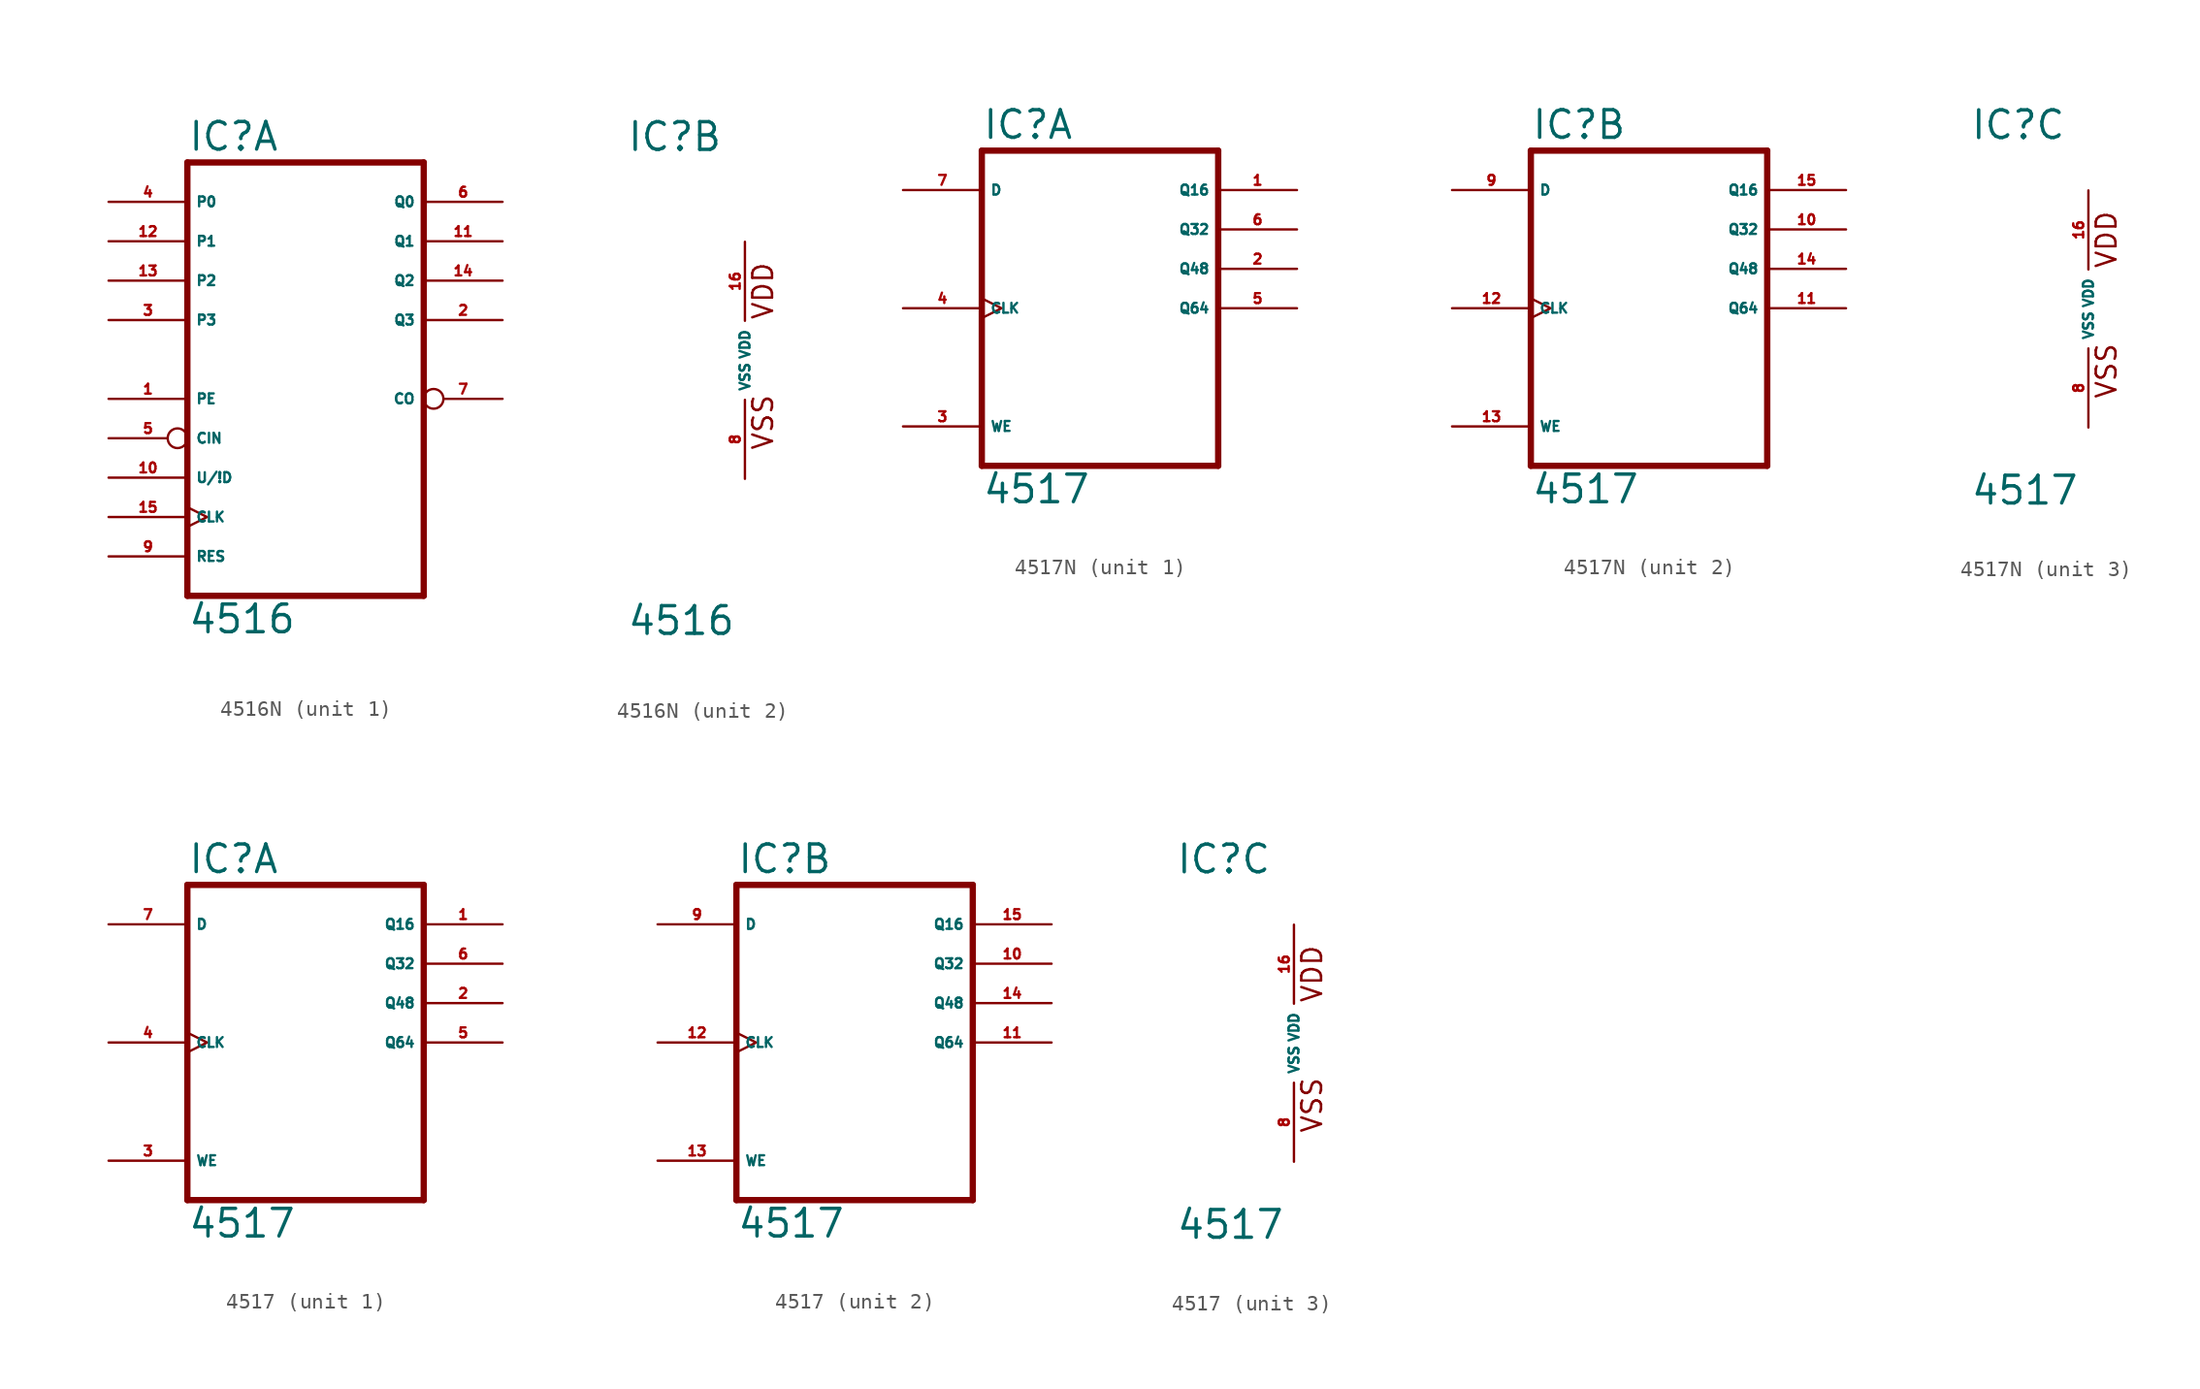
<source format=kicad_sym>
(kicad_symbol_lib
  (version 20220914)
  (generator Eagle2Kicad)
  (symbol "4516N"
    (property "Reference" "IC"
      (at -7.62 13.335 0)
      (effects (font (size 1.778 1.778) (thickness 0.22)) (justify left bottom)))
    (property "Value" "4516"
      (at -7.62 -17.78 0)
      (effects (font (size 1.778 1.778) (thickness 0.22)) (justify left bottom)))
    (symbol "4516N_1_0"
      (polyline (pts (xy -7.62 -15.24) (xy 7.62 -15.24)) (stroke (width 0.406) (type default)) (fill (type none)))
      (polyline (pts (xy 7.62 -15.24) (xy 7.62 12.7)) (stroke (width 0.406) (type default)) (fill (type none)))
      (polyline (pts (xy 7.62 12.7) (xy -7.62 12.7)) (stroke (width 0.406) (type default)) (fill (type none)))
      (polyline (pts (xy -7.62 12.7) (xy -7.62 -15.24)) (stroke (width 0.406) (type default)) (fill (type none)))
      (pin input line (at -12.7 -2.54 0) (length 5.08) (name "PE" (effects (font (size 0.635 0.635) (thickness 0.08)) (justify left bottom))) (number "1" (effects (font (size 0.635 0.635) (thickness 0.08)) (justify left bottom))))
      (pin output line (at 12.7 2.54 180) (length 5.08) (name "Q3" (effects (font (size 0.635 0.635) (thickness 0.08)) (justify left bottom))) (number "2" (effects (font (size 0.635 0.635) (thickness 0.08)) (justify left bottom))))
      (pin input line (at -12.7 2.54 0) (length 5.08) (name "P3" (effects (font (size 0.635 0.635) (thickness 0.08)) (justify left bottom))) (number "3" (effects (font (size 0.635 0.635) (thickness 0.08)) (justify left bottom))))
      (pin input line (at -12.7 10.16 0) (length 5.08) (name "P0" (effects (font (size 0.635 0.635) (thickness 0.08)) (justify left bottom))) (number "4" (effects (font (size 0.635 0.635) (thickness 0.08)) (justify left bottom))))
      (pin input inverted (at -12.7 -5.08 0) (length 5.08) (name "CIN" (effects (font (size 0.635 0.635) (thickness 0.08)) (justify left bottom))) (number "5" (effects (font (size 0.635 0.635) (thickness 0.08)) (justify left bottom))))
      (pin output line (at 12.7 10.16 180) (length 5.08) (name "Q0" (effects (font (size 0.635 0.635) (thickness 0.08)) (justify left bottom))) (number "6" (effects (font (size 0.635 0.635) (thickness 0.08)) (justify left bottom))))
      (pin output inverted (at 12.7 -2.54 180) (length 5.08) (name "CO" (effects (font (size 0.635 0.635) (thickness 0.08)) (justify left bottom))) (number "7" (effects (font (size 0.635 0.635) (thickness 0.08)) (justify left bottom))))
      (pin input line (at -12.7 -12.7 0) (length 5.08) (name "RES" (effects (font (size 0.635 0.635) (thickness 0.08)) (justify left bottom))) (number "9" (effects (font (size 0.635 0.635) (thickness 0.08)) (justify left bottom))))
      (pin input line (at -12.7 -7.62 0) (length 5.08) (name "U/!D" (effects (font (size 0.635 0.635) (thickness 0.08)) (justify left bottom))) (number "10" (effects (font (size 0.635 0.635) (thickness 0.08)) (justify left bottom))))
      (pin output line (at 12.7 7.62 180) (length 5.08) (name "Q1" (effects (font (size 0.635 0.635) (thickness 0.08)) (justify left bottom))) (number "11" (effects (font (size 0.635 0.635) (thickness 0.08)) (justify left bottom))))
      (pin input line (at -12.7 7.62 0) (length 5.08) (name "P1" (effects (font (size 0.635 0.635) (thickness 0.08)) (justify left bottom))) (number "12" (effects (font (size 0.635 0.635) (thickness 0.08)) (justify left bottom))))
      (pin input line (at -12.7 5.08 0) (length 5.08) (name "P2" (effects (font (size 0.635 0.635) (thickness 0.08)) (justify left bottom))) (number "13" (effects (font (size 0.635 0.635) (thickness 0.08)) (justify left bottom))))
      (pin output line (at 12.7 5.08 180) (length 5.08) (name "Q2" (effects (font (size 0.635 0.635) (thickness 0.08)) (justify left bottom))) (number "14" (effects (font (size 0.635 0.635) (thickness 0.08)) (justify left bottom))))
      (pin input clock (at -12.7 -10.16 0) (length 5.08) (name "CLK" (effects (font (size 0.635 0.635) (thickness 0.08)) (justify left bottom))) (number "15" (effects (font (size 0.635 0.635) (thickness 0.08)) (justify left bottom)))))
    (symbol "4516N_2_0"
      (text "VDD" (at 1.905 2.54 900) (effects (font (size 1.27 1.27) (thickness 0.16)) (justify left bottom)))
      (text "VSS" (at 1.905 -5.842 900) (effects (font (size 1.27 1.27) (thickness 0.16)) (justify left bottom)))
      (pin unspecified line (at 0 -7.62 90) (length 5.08) (name "VSS" (effects (font (size 0.635 0.635) (thickness 0.08)) (justify left bottom))) (number "8" (effects (font (size 0.635 0.635) (thickness 0.08)) (justify left bottom))))
      (pin unspecified line (at 0 7.62 270) (length 5.08) (name "VDD" (effects (font (size 0.635 0.635) (thickness 0.08)) (justify left bottom))) (number "16" (effects (font (size 0.635 0.635) (thickness 0.08)) (justify left bottom))))))
  (symbol "4517N"
    (property "Reference" "IC"
      (at -7.62 10.795 0)
      (effects (font (size 1.778 1.778) (thickness 0.22)) (justify left bottom)))
    (property "Value" "4517"
      (at -7.62 -12.7 0)
      (effects (font (size 1.778 1.778) (thickness 0.22)) (justify left bottom)))
    (symbol "4517N_1_0"
      (polyline (pts (xy -7.62 -10.16) (xy 7.62 -10.16)) (stroke (width 0.406) (type default)) (fill (type none)))
      (polyline (pts (xy 7.62 -10.16) (xy 7.62 10.16)) (stroke (width 0.406) (type default)) (fill (type none)))
      (polyline (pts (xy 7.62 10.16) (xy -7.62 10.16)) (stroke (width 0.406) (type default)) (fill (type none)))
      (polyline (pts (xy -7.62 10.16) (xy -7.62 -10.16)) (stroke (width 0.406) (type default)) (fill (type none)))
      (pin output line (at 12.7 7.62 180) (length 5.08) (name "Q16" (effects (font (size 0.635 0.635) (thickness 0.08)) (justify left bottom))) (number "1" (effects (font (size 0.635 0.635) (thickness 0.08)) (justify left bottom))))
      (pin output line (at 12.7 2.54 180) (length 5.08) (name "Q48" (effects (font (size 0.635 0.635) (thickness 0.08)) (justify left bottom))) (number "2" (effects (font (size 0.635 0.635) (thickness 0.08)) (justify left bottom))))
      (pin input line (at -12.7 -7.62 0) (length 5.08) (name "WE" (effects (font (size 0.635 0.635) (thickness 0.08)) (justify left bottom))) (number "3" (effects (font (size 0.635 0.635) (thickness 0.08)) (justify left bottom))))
      (pin input clock (at -12.7 0 0) (length 5.08) (name "CLK" (effects (font (size 0.635 0.635) (thickness 0.08)) (justify left bottom))) (number "4" (effects (font (size 0.635 0.635) (thickness 0.08)) (justify left bottom))))
      (pin output line (at 12.7 0 180) (length 5.08) (name "Q64" (effects (font (size 0.635 0.635) (thickness 0.08)) (justify left bottom))) (number "5" (effects (font (size 0.635 0.635) (thickness 0.08)) (justify left bottom))))
      (pin output line (at 12.7 5.08 180) (length 5.08) (name "Q32" (effects (font (size 0.635 0.635) (thickness 0.08)) (justify left bottom))) (number "6" (effects (font (size 0.635 0.635) (thickness 0.08)) (justify left bottom))))
      (pin input line (at -12.7 7.62 0) (length 5.08) (name "D" (effects (font (size 0.635 0.635) (thickness 0.08)) (justify left bottom))) (number "7" (effects (font (size 0.635 0.635) (thickness 0.08)) (justify left bottom)))))
    (symbol "4517N_2_0"
      (polyline (pts (xy -7.62 -10.16) (xy 7.62 -10.16)) (stroke (width 0.406) (type default)) (fill (type none)))
      (polyline (pts (xy 7.62 -10.16) (xy 7.62 10.16)) (stroke (width 0.406) (type default)) (fill (type none)))
      (polyline (pts (xy 7.62 10.16) (xy -7.62 10.16)) (stroke (width 0.406) (type default)) (fill (type none)))
      (polyline (pts (xy -7.62 10.16) (xy -7.62 -10.16)) (stroke (width 0.406) (type default)) (fill (type none)))
      (pin output line (at 12.7 7.62 180) (length 5.08) (name "Q16" (effects (font (size 0.635 0.635) (thickness 0.08)) (justify left bottom))) (number "15" (effects (font (size 0.635 0.635) (thickness 0.08)) (justify left bottom))))
      (pin output line (at 12.7 2.54 180) (length 5.08) (name "Q48" (effects (font (size 0.635 0.635) (thickness 0.08)) (justify left bottom))) (number "14" (effects (font (size 0.635 0.635) (thickness 0.08)) (justify left bottom))))
      (pin input line (at -12.7 -7.62 0) (length 5.08) (name "WE" (effects (font (size 0.635 0.635) (thickness 0.08)) (justify left bottom))) (number "13" (effects (font (size 0.635 0.635) (thickness 0.08)) (justify left bottom))))
      (pin input clock (at -12.7 0 0) (length 5.08) (name "CLK" (effects (font (size 0.635 0.635) (thickness 0.08)) (justify left bottom))) (number "12" (effects (font (size 0.635 0.635) (thickness 0.08)) (justify left bottom))))
      (pin output line (at 12.7 0 180) (length 5.08) (name "Q64" (effects (font (size 0.635 0.635) (thickness 0.08)) (justify left bottom))) (number "11" (effects (font (size 0.635 0.635) (thickness 0.08)) (justify left bottom))))
      (pin output line (at 12.7 5.08 180) (length 5.08) (name "Q32" (effects (font (size 0.635 0.635) (thickness 0.08)) (justify left bottom))) (number "10" (effects (font (size 0.635 0.635) (thickness 0.08)) (justify left bottom))))
      (pin input line (at -12.7 7.62 0) (length 5.08) (name "D" (effects (font (size 0.635 0.635) (thickness 0.08)) (justify left bottom))) (number "9" (effects (font (size 0.635 0.635) (thickness 0.08)) (justify left bottom)))))
    (symbol "4517N_3_0"
      (text "VDD" (at 1.905 2.54 900) (effects (font (size 1.27 1.27) (thickness 0.16)) (justify left bottom)))
      (text "VSS" (at 1.905 -5.842 900) (effects (font (size 1.27 1.27) (thickness 0.16)) (justify left bottom)))
      (pin unspecified line (at 0 -7.62 90) (length 5.08) (name "VSS" (effects (font (size 0.635 0.635) (thickness 0.08)) (justify left bottom))) (number "8" (effects (font (size 0.635 0.635) (thickness 0.08)) (justify left bottom))))
      (pin unspecified line (at 0 7.62 270) (length 5.08) (name "VDD" (effects (font (size 0.635 0.635) (thickness 0.08)) (justify left bottom))) (number "16" (effects (font (size 0.635 0.635) (thickness 0.08)) (justify left bottom))))))
  (symbol "4517"
    (property "Reference" "IC"
      (at -7.62 10.795 0)
      (effects (font (size 1.778 1.778) (thickness 0.22)) (justify left bottom)))
    (property "Value" "4517"
      (at -7.62 -12.7 0)
      (effects (font (size 1.778 1.778) (thickness 0.22)) (justify left bottom)))
    (symbol "4517_1_0"
      (polyline (pts (xy -7.62 -10.16) (xy 7.62 -10.16)) (stroke (width 0.406) (type default)) (fill (type none)))
      (polyline (pts (xy 7.62 -10.16) (xy 7.62 10.16)) (stroke (width 0.406) (type default)) (fill (type none)))
      (polyline (pts (xy 7.62 10.16) (xy -7.62 10.16)) (stroke (width 0.406) (type default)) (fill (type none)))
      (polyline (pts (xy -7.62 10.16) (xy -7.62 -10.16)) (stroke (width 0.406) (type default)) (fill (type none)))
      (pin output line (at 12.7 7.62 180) (length 5.08) (name "Q16" (effects (font (size 0.635 0.635) (thickness 0.08)) (justify left bottom))) (number "1" (effects (font (size 0.635 0.635) (thickness 0.08)) (justify left bottom))))
      (pin output line (at 12.7 2.54 180) (length 5.08) (name "Q48" (effects (font (size 0.635 0.635) (thickness 0.08)) (justify left bottom))) (number "2" (effects (font (size 0.635 0.635) (thickness 0.08)) (justify left bottom))))
      (pin input line (at -12.7 -7.62 0) (length 5.08) (name "WE" (effects (font (size 0.635 0.635) (thickness 0.08)) (justify left bottom))) (number "3" (effects (font (size 0.635 0.635) (thickness 0.08)) (justify left bottom))))
      (pin input clock (at -12.7 0 0) (length 5.08) (name "CLK" (effects (font (size 0.635 0.635) (thickness 0.08)) (justify left bottom))) (number "4" (effects (font (size 0.635 0.635) (thickness 0.08)) (justify left bottom))))
      (pin output line (at 12.7 0 180) (length 5.08) (name "Q64" (effects (font (size 0.635 0.635) (thickness 0.08)) (justify left bottom))) (number "5" (effects (font (size 0.635 0.635) (thickness 0.08)) (justify left bottom))))
      (pin output line (at 12.7 5.08 180) (length 5.08) (name "Q32" (effects (font (size 0.635 0.635) (thickness 0.08)) (justify left bottom))) (number "6" (effects (font (size 0.635 0.635) (thickness 0.08)) (justify left bottom))))
      (pin input line (at -12.7 7.62 0) (length 5.08) (name "D" (effects (font (size 0.635 0.635) (thickness 0.08)) (justify left bottom))) (number "7" (effects (font (size 0.635 0.635) (thickness 0.08)) (justify left bottom)))))
    (symbol "4517_2_0"
      (polyline (pts (xy -7.62 -10.16) (xy 7.62 -10.16)) (stroke (width 0.406) (type default)) (fill (type none)))
      (polyline (pts (xy 7.62 -10.16) (xy 7.62 10.16)) (stroke (width 0.406) (type default)) (fill (type none)))
      (polyline (pts (xy 7.62 10.16) (xy -7.62 10.16)) (stroke (width 0.406) (type default)) (fill (type none)))
      (polyline (pts (xy -7.62 10.16) (xy -7.62 -10.16)) (stroke (width 0.406) (type default)) (fill (type none)))
      (pin output line (at 12.7 7.62 180) (length 5.08) (name "Q16" (effects (font (size 0.635 0.635) (thickness 0.08)) (justify left bottom))) (number "15" (effects (font (size 0.635 0.635) (thickness 0.08)) (justify left bottom))))
      (pin output line (at 12.7 2.54 180) (length 5.08) (name "Q48" (effects (font (size 0.635 0.635) (thickness 0.08)) (justify left bottom))) (number "14" (effects (font (size 0.635 0.635) (thickness 0.08)) (justify left bottom))))
      (pin input line (at -12.7 -7.62 0) (length 5.08) (name "WE" (effects (font (size 0.635 0.635) (thickness 0.08)) (justify left bottom))) (number "13" (effects (font (size 0.635 0.635) (thickness 0.08)) (justify left bottom))))
      (pin input clock (at -12.7 0 0) (length 5.08) (name "CLK" (effects (font (size 0.635 0.635) (thickness 0.08)) (justify left bottom))) (number "12" (effects (font (size 0.635 0.635) (thickness 0.08)) (justify left bottom))))
      (pin output line (at 12.7 0 180) (length 5.08) (name "Q64" (effects (font (size 0.635 0.635) (thickness 0.08)) (justify left bottom))) (number "11" (effects (font (size 0.635 0.635) (thickness 0.08)) (justify left bottom))))
      (pin output line (at 12.7 5.08 180) (length 5.08) (name "Q32" (effects (font (size 0.635 0.635) (thickness 0.08)) (justify left bottom))) (number "10" (effects (font (size 0.635 0.635) (thickness 0.08)) (justify left bottom))))
      (pin input line (at -12.7 7.62 0) (length 5.08) (name "D" (effects (font (size 0.635 0.635) (thickness 0.08)) (justify left bottom))) (number "9" (effects (font (size 0.635 0.635) (thickness 0.08)) (justify left bottom)))))
    (symbol "4517_3_0"
      (text "VDD" (at 1.905 2.54 900) (effects (font (size 1.27 1.27) (thickness 0.16)) (justify left bottom)))
      (text "VSS" (at 1.905 -5.842 900) (effects (font (size 1.27 1.27) (thickness 0.16)) (justify left bottom)))
      (pin unspecified line (at 0 -7.62 90) (length 5.08) (name "VSS" (effects (font (size 0.635 0.635) (thickness 0.08)) (justify left bottom))) (number "8" (effects (font (size 0.635 0.635) (thickness 0.08)) (justify left bottom))))
      (pin unspecified line (at 0 7.62 270) (length 5.08) (name "VDD" (effects (font (size 0.635 0.635) (thickness 0.08)) (justify left bottom))) (number "16" (effects (font (size 0.635 0.635) (thickness 0.08)) (justify left bottom)))))))
</source>
